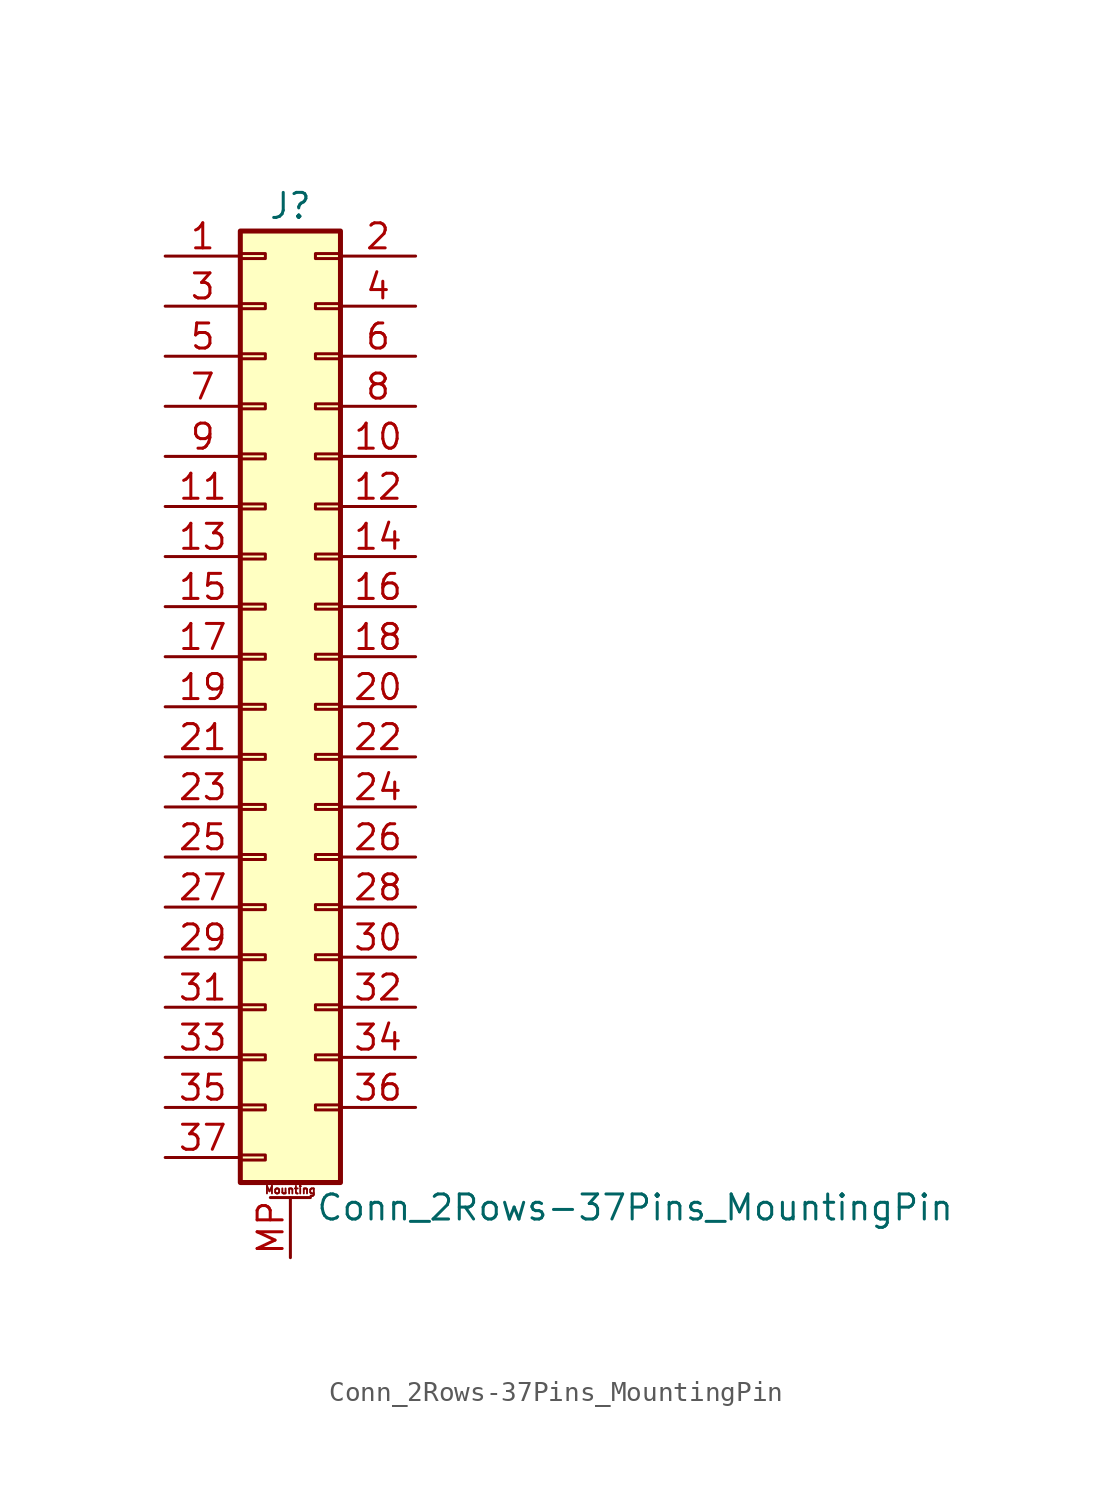
<source format=kicad_sym>
(kicad_symbol_lib
  (version 20201005)
  (generator kicad_symbol_editor)
  (symbol "Conn_2Rows-37Pins_MountingPin"
    (pin_names
      (offset 1.016) hide)
    (property "Reference" "J"
      (at 1.27 25.4 0)
      (effects (font (size 1.27 1.27))))
    (property "Value" "Conn_2Rows-37Pins_MountingPin"
      (at 2.54 -25.4 0)
      (effects (font (size 1.27 1.27)) (justify left)))
    (symbol "Conn_2Rows-37Pins_MountingPin_1_1"
      (text "Mounting" (at 1.27 -24.511 0) (effects (font (size 0.381 0.381))))
      (rectangle (start -1.27 -22.733) (end 0 -22.987) (stroke (width 0.152)) (fill (type none)))
      (rectangle (start -1.27 -20.193) (end 0 -20.447) (stroke (width 0.152)) (fill (type none)))
      (rectangle (start -1.27 -17.653) (end 0 -17.907) (stroke (width 0.152)) (fill (type none)))
      (rectangle (start -1.27 -15.113) (end 0 -15.367) (stroke (width 0.152)) (fill (type none)))
      (rectangle (start -1.27 -12.573) (end 0 -12.827) (stroke (width 0.152)) (fill (type none)))
      (rectangle (start -1.27 -10.033) (end 0 -10.287) (stroke (width 0.152)) (fill (type none)))
      (rectangle (start -1.27 -7.493) (end 0 -7.747) (stroke (width 0.152)) (fill (type none)))
      (rectangle (start -1.27 -4.953) (end 0 -5.207) (stroke (width 0.152)) (fill (type none)))
      (rectangle (start -1.27 -2.413) (end 0 -2.667) (stroke (width 0.152)) (fill (type none)))
      (rectangle (start -1.27 0.127) (end 0 -0.127) (stroke (width 0.152)) (fill (type none)))
      (rectangle (start -1.27 2.667) (end 0 2.413) (stroke (width 0.152)) (fill (type none)))
      (rectangle (start -1.27 5.207) (end 0 4.953) (stroke (width 0.152)) (fill (type none)))
      (rectangle (start -1.27 7.747) (end 0 7.493) (stroke (width 0.152)) (fill (type none)))
      (rectangle (start -1.27 10.287) (end 0 10.033) (stroke (width 0.152)) (fill (type none)))
      (rectangle (start -1.27 12.827) (end 0 12.573) (stroke (width 0.152)) (fill (type none)))
      (rectangle (start -1.27 15.367) (end 0 15.113) (stroke (width 0.152)) (fill (type none)))
      (rectangle (start -1.27 17.907) (end 0 17.653) (stroke (width 0.152)) (fill (type none)))
      (rectangle (start -1.27 20.447) (end 0 20.193) (stroke (width 0.152)) (fill (type none)))
      (rectangle (start -1.27 22.987) (end 0 22.733) (stroke (width 0.152)) (fill (type none)))
      (rectangle (start 3.81 -20.193) (end 2.54 -20.447) (stroke (width 0.152)) (fill (type none)))
      (rectangle (start 3.81 -17.653) (end 2.54 -17.907) (stroke (width 0.152)) (fill (type none)))
      (rectangle (start 3.81 -15.113) (end 2.54 -15.367) (stroke (width 0.152)) (fill (type none)))
      (rectangle (start 3.81 -12.573) (end 2.54 -12.827) (stroke (width 0.152)) (fill (type none)))
      (rectangle (start 3.81 -10.033) (end 2.54 -10.287) (stroke (width 0.152)) (fill (type none)))
      (rectangle (start 3.81 -7.493) (end 2.54 -7.747) (stroke (width 0.152)) (fill (type none)))
      (rectangle (start 3.81 -4.953) (end 2.54 -5.207) (stroke (width 0.152)) (fill (type none)))
      (rectangle (start 3.81 -2.413) (end 2.54 -2.667) (stroke (width 0.152)) (fill (type none)))
      (rectangle (start 3.81 0.127) (end 2.54 -0.127) (stroke (width 0.152)) (fill (type none)))
      (rectangle (start 3.81 2.667) (end 2.54 2.413) (stroke (width 0.152)) (fill (type none)))
      (rectangle (start 3.81 5.207) (end 2.54 4.953) (stroke (width 0.152)) (fill (type none)))
      (rectangle (start 3.81 7.747) (end 2.54 7.493) (stroke (width 0.152)) (fill (type none)))
      (rectangle (start 3.81 10.287) (end 2.54 10.033) (stroke (width 0.152)) (fill (type none)))
      (rectangle (start 3.81 12.827) (end 2.54 12.573) (stroke (width 0.152)) (fill (type none)))
      (rectangle (start 3.81 15.367) (end 2.54 15.113) (stroke (width 0.152)) (fill (type none)))
      (rectangle (start 3.81 17.907) (end 2.54 17.653) (stroke (width 0.152)) (fill (type none)))
      (rectangle (start 3.81 20.447) (end 2.54 20.193) (stroke (width 0.152)) (fill (type none)))
      (rectangle (start 3.81 22.987) (end 2.54 22.733) (stroke (width 0.152)) (fill (type none)))
      (rectangle (start -1.27 24.13) (end 3.81 -24.13) (stroke (width 0.254)) (fill (type background)))
      (polyline (pts (xy 0.254 -24.892) (xy 2.286 -24.892)) (stroke (width 0.152)) (fill (type none)))
      (pin passive line (at -5.08 22.86 0) (length 3.81) (name "Pin_1" (effects (font (size 1.27 1.27)))) (number "1" (effects (font (size 1.27 1.27)))))
      (pin passive line (at 7.62 12.7 180) (length 3.81) (name "Pin_10" (effects (font (size 1.27 1.27)))) (number "10" (effects (font (size 1.27 1.27)))))
      (pin passive line (at -5.08 10.16 0) (length 3.81) (name "Pin_11" (effects (font (size 1.27 1.27)))) (number "11" (effects (font (size 1.27 1.27)))))
      (pin passive line (at 7.62 10.16 180) (length 3.81) (name "Pin_12" (effects (font (size 1.27 1.27)))) (number "12" (effects (font (size 1.27 1.27)))))
      (pin passive line (at -5.08 7.62 0) (length 3.81) (name "Pin_13" (effects (font (size 1.27 1.27)))) (number "13" (effects (font (size 1.27 1.27)))))
      (pin passive line (at 7.62 7.62 180) (length 3.81) (name "Pin_14" (effects (font (size 1.27 1.27)))) (number "14" (effects (font (size 1.27 1.27)))))
      (pin passive line (at -5.08 5.08 0) (length 3.81) (name "Pin_15" (effects (font (size 1.27 1.27)))) (number "15" (effects (font (size 1.27 1.27)))))
      (pin passive line (at 7.62 5.08 180) (length 3.81) (name "Pin_16" (effects (font (size 1.27 1.27)))) (number "16" (effects (font (size 1.27 1.27)))))
      (pin passive line (at -5.08 2.54 0) (length 3.81) (name "Pin_17" (effects (font (size 1.27 1.27)))) (number "17" (effects (font (size 1.27 1.27)))))
      (pin passive line (at 7.62 2.54 180) (length 3.81) (name "Pin_18" (effects (font (size 1.27 1.27)))) (number "18" (effects (font (size 1.27 1.27)))))
      (pin passive line (at -5.08 0 0) (length 3.81) (name "Pin_19" (effects (font (size 1.27 1.27)))) (number "19" (effects (font (size 1.27 1.27)))))
      (pin passive line (at 7.62 22.86 180) (length 3.81) (name "Pin_2" (effects (font (size 1.27 1.27)))) (number "2" (effects (font (size 1.27 1.27)))))
      (pin passive line (at 7.62 0 180) (length 3.81) (name "Pin_20" (effects (font (size 1.27 1.27)))) (number "20" (effects (font (size 1.27 1.27)))))
      (pin passive line (at -5.08 -2.54 0) (length 3.81) (name "Pin_21" (effects (font (size 1.27 1.27)))) (number "21" (effects (font (size 1.27 1.27)))))
      (pin passive line (at 7.62 -2.54 180) (length 3.81) (name "Pin_22" (effects (font (size 1.27 1.27)))) (number "22" (effects (font (size 1.27 1.27)))))
      (pin passive line (at -5.08 -5.08 0) (length 3.81) (name "Pin_23" (effects (font (size 1.27 1.27)))) (number "23" (effects (font (size 1.27 1.27)))))
      (pin passive line (at 7.62 -5.08 180) (length 3.81) (name "Pin_24" (effects (font (size 1.27 1.27)))) (number "24" (effects (font (size 1.27 1.27)))))
      (pin passive line (at -5.08 -7.62 0) (length 3.81) (name "Pin_25" (effects (font (size 1.27 1.27)))) (number "25" (effects (font (size 1.27 1.27)))))
      (pin passive line (at 7.62 -7.62 180) (length 3.81) (name "Pin_26" (effects (font (size 1.27 1.27)))) (number "26" (effects (font (size 1.27 1.27)))))
      (pin passive line (at -5.08 -10.16 0) (length 3.81) (name "Pin_27" (effects (font (size 1.27 1.27)))) (number "27" (effects (font (size 1.27 1.27)))))
      (pin passive line (at 7.62 -10.16 180) (length 3.81) (name "Pin_28" (effects (font (size 1.27 1.27)))) (number "28" (effects (font (size 1.27 1.27)))))
      (pin passive line (at -5.08 -12.7 0) (length 3.81) (name "Pin_29" (effects (font (size 1.27 1.27)))) (number "29" (effects (font (size 1.27 1.27)))))
      (pin passive line (at -5.08 20.32 0) (length 3.81) (name "Pin_3" (effects (font (size 1.27 1.27)))) (number "3" (effects (font (size 1.27 1.27)))))
      (pin passive line (at 7.62 -12.7 180) (length 3.81) (name "Pin_30" (effects (font (size 1.27 1.27)))) (number "30" (effects (font (size 1.27 1.27)))))
      (pin passive line (at -5.08 -15.24 0) (length 3.81) (name "Pin_31" (effects (font (size 1.27 1.27)))) (number "31" (effects (font (size 1.27 1.27)))))
      (pin passive line (at 7.62 -15.24 180) (length 3.81) (name "Pin_32" (effects (font (size 1.27 1.27)))) (number "32" (effects (font (size 1.27 1.27)))))
      (pin passive line (at -5.08 -17.78 0) (length 3.81) (name "Pin_33" (effects (font (size 1.27 1.27)))) (number "33" (effects (font (size 1.27 1.27)))))
      (pin passive line (at 7.62 -17.78 180) (length 3.81) (name "Pin_34" (effects (font (size 1.27 1.27)))) (number "34" (effects (font (size 1.27 1.27)))))
      (pin passive line (at -5.08 -20.32 0) (length 3.81) (name "Pin_35" (effects (font (size 1.27 1.27)))) (number "35" (effects (font (size 1.27 1.27)))))
      (pin passive line (at 7.62 -20.32 180) (length 3.81) (name "Pin_36" (effects (font (size 1.27 1.27)))) (number "36" (effects (font (size 1.27 1.27)))))
      (pin passive line (at -5.08 -22.86 0) (length 3.81) (name "Pin_37" (effects (font (size 1.27 1.27)))) (number "37" (effects (font (size 1.27 1.27)))))
      (pin passive line (at 7.62 20.32 180) (length 3.81) (name "Pin_4" (effects (font (size 1.27 1.27)))) (number "4" (effects (font (size 1.27 1.27)))))
      (pin passive line (at -5.08 17.78 0) (length 3.81) (name "Pin_5" (effects (font (size 1.27 1.27)))) (number "5" (effects (font (size 1.27 1.27)))))
      (pin passive line (at 7.62 17.78 180) (length 3.81) (name "Pin_6" (effects (font (size 1.27 1.27)))) (number "6" (effects (font (size 1.27 1.27)))))
      (pin passive line (at -5.08 15.24 0) (length 3.81) (name "Pin_7" (effects (font (size 1.27 1.27)))) (number "7" (effects (font (size 1.27 1.27)))))
      (pin passive line (at 7.62 15.24 180) (length 3.81) (name "Pin_8" (effects (font (size 1.27 1.27)))) (number "8" (effects (font (size 1.27 1.27)))))
      (pin passive line (at -5.08 12.7 0) (length 3.81) (name "Pin_9" (effects (font (size 1.27 1.27)))) (number "9" (effects (font (size 1.27 1.27)))))
      (pin passive line (at 1.27 -27.94 90) (length 3.048) (name "MountPin" (effects (font (size 1.27 1.27)))) (number "MP" (effects (font (size 1.27 1.27))))))))
</source>
